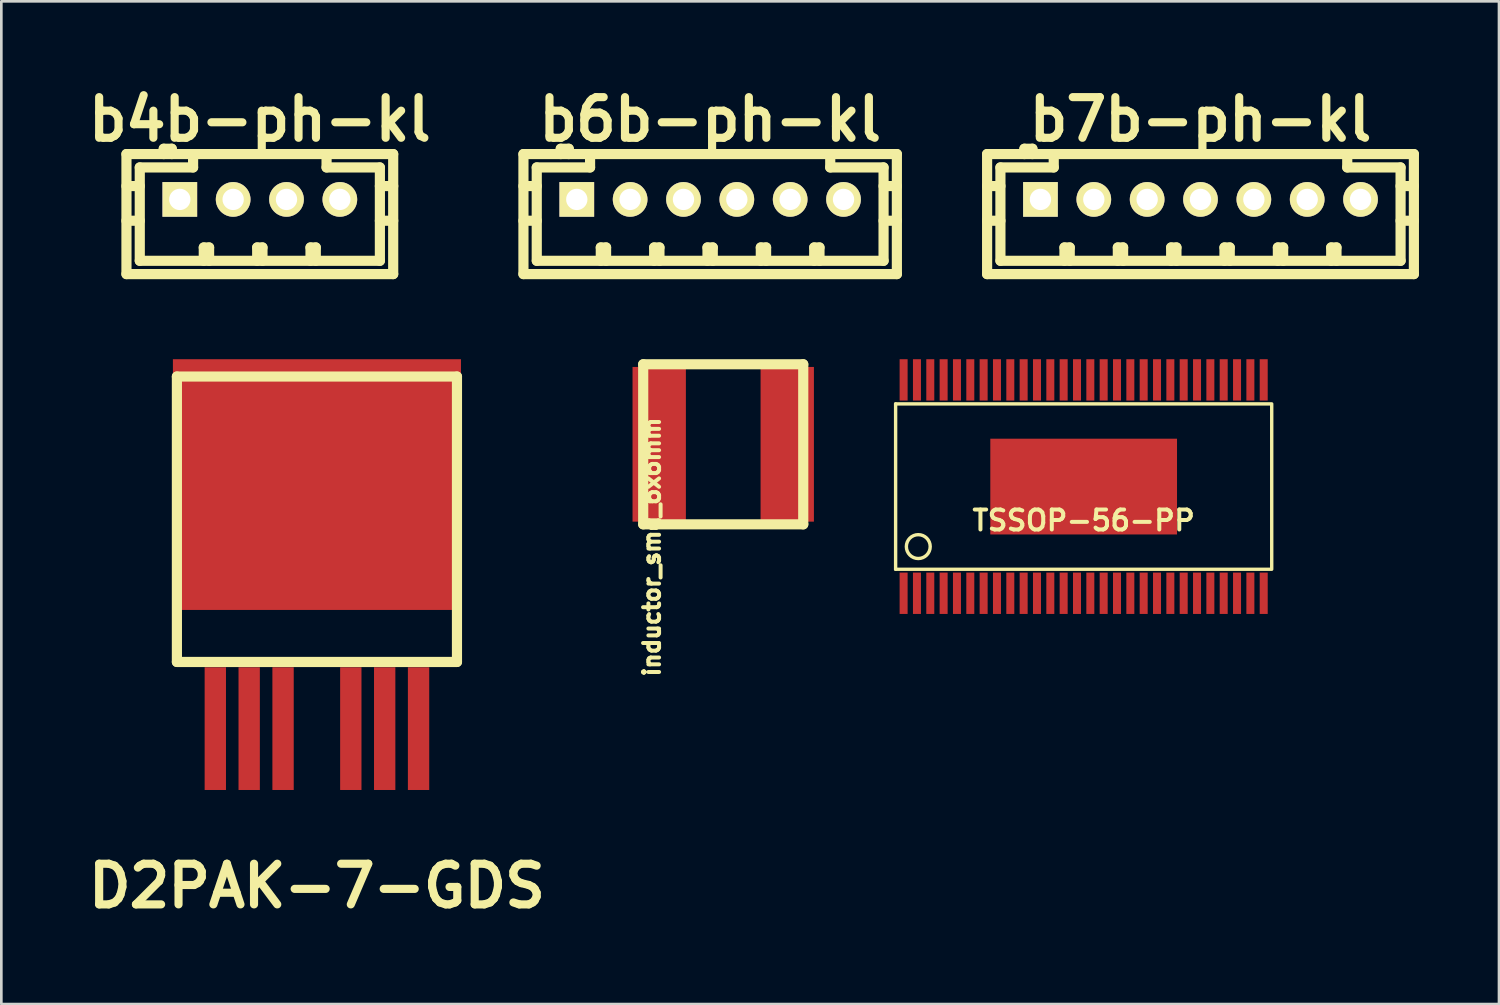
<source format=kicad_pcb>
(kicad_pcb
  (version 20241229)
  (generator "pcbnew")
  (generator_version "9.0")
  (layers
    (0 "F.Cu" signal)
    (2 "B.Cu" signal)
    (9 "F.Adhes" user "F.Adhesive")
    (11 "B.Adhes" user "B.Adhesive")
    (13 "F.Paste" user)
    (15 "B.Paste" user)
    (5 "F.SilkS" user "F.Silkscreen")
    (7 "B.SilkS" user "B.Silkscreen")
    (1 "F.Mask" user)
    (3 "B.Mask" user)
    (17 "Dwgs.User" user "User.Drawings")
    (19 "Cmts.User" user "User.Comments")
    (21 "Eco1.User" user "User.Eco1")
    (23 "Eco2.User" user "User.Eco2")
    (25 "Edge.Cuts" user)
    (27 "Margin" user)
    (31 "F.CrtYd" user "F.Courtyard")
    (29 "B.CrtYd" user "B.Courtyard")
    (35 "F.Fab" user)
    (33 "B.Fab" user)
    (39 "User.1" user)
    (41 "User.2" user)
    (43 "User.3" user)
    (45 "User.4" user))
  (footprint "D2PAK-7-GDS"
    (layer "F.Cu")
    (at 8.832 21.967)
    (property "Reference" "D2PAK-7-GDS" (at 0 8.199 0) (layer "F.SilkS") (effects (font (size 1.524 1.524) (thickness 0.305))))
    (attr smd)
    (fp_line (start -5.25 -0.2) (end -5.25 -10.9) (stroke (width 0.381) (type solid)) (layer "F.SilkS"))
    (fp_line (start 5.25 -10.9) (end -5.25 -10.9) (stroke (width 0.381) (type solid)) (layer "F.SilkS"))
    (fp_line (start 5.25 -10.9) (end 5.25 -0.2) (stroke (width 0.381) (type solid)) (layer "F.SilkS"))
    (fp_line (start 5.25 -0.2) (end -5.25 -0.2) (stroke (width 0.381) (type solid)) (layer "F.SilkS"))
    (pad "D" smd rect (at 0 -6.85) (size 10.8 9.4) (layers "F.Cu" "F.Mask" "F.Paste"))
    (pad "G" smd rect (at -3.81 2.3) (size 0.8 4.6) (layers "F.Cu" "F.Mask" "F.Paste"))
    (pad "S" smd rect (at -2.54 2.3) (size 0.8 4.6) (layers "F.Cu" "F.Mask" "F.Paste"))
    (pad "S" smd rect (at -1.27 2.3) (size 0.8 4.6) (layers "F.Cu" "F.Mask" "F.Paste"))
    (pad "S" smd rect (at 1.27 2.3) (size 0.8 4.6) (layers "F.Cu" "F.Mask" "F.Paste"))
    (pad "S" smd rect (at 2.54 2.3) (size 0.8 4.6) (layers "F.Cu" "F.Mask" "F.Paste"))
    (pad "S" smd rect (at 3.81 2.3) (size 0.8 4.6) (layers "F.Cu" "F.Mask" "F.Paste")))
  (footprint "b6b-ph-kl"
    (layer "F.Cu")
    (at 23.574 4.426)
    (property "Reference" "b6b-ph-kl" (at 0 -3 0) (layer "F.SilkS") (effects (font (size 1.524 1.524) (thickness 0.305))))
    (attr through_hole)
    (fp_line (start -7 -1.7) (end -7 2.8) (stroke (width 0.381) (type solid)) (layer "F.SilkS"))
    (fp_line (start -7 -1.7) (end 7 -1.7) (stroke (width 0.381) (type solid)) (layer "F.SilkS"))
    (fp_line (start -7 2.8) (end 7 2.8) (stroke (width 0.381) (type solid)) (layer "F.SilkS"))
    (fp_line (start -6.501 -1.199) (end -6.501 2.301) (stroke (width 0.381) (type solid)) (layer "F.SilkS"))
    (fp_line (start -6.501 -0.5) (end -7.001 -0.5) (stroke (width 0.381) (type solid)) (layer "F.SilkS"))
    (fp_line (start -6.501 0.8) (end -7.001 0.8) (stroke (width 0.381) (type solid)) (layer "F.SilkS"))
    (fp_line (start -5.601 -1.9) (end -5.601 -1.699) (stroke (width 0.381) (type solid)) (layer "F.SilkS"))
    (fp_line (start -5.302 -1.9) (end -5.601 -1.9) (stroke (width 0.381) (type solid)) (layer "F.SilkS"))
    (fp_line (start -5.302 -1.699) (end -5.302 -1.9) (stroke (width 0.381) (type solid)) (layer "F.SilkS"))
    (fp_line (start -4.502 -1.699) (end -4.502 -1.199) (stroke (width 0.381) (type solid)) (layer "F.SilkS"))
    (fp_line (start -4.502 -1.199) (end -6.501 -1.199) (stroke (width 0.381) (type solid)) (layer "F.SilkS"))
    (fp_line (start -4.1 1.801) (end -3.902 1.801) (stroke (width 0.381) (type solid)) (layer "F.SilkS"))
    (fp_line (start -4.1 2.301) (end -4.1 1.801) (stroke (width 0.381) (type solid)) (layer "F.SilkS"))
    (fp_line (start -3.902 1.801) (end -3.902 2.301) (stroke (width 0.381) (type solid)) (layer "F.SilkS"))
    (fp_line (start -2.099 1.801) (end -1.901 1.801) (stroke (width 0.381) (type solid)) (layer "F.SilkS"))
    (fp_line (start -2.099 2.301) (end -2.099 1.801) (stroke (width 0.381) (type solid)) (layer "F.SilkS"))
    (fp_line (start -1.901 1.801) (end -1.901 2.301) (stroke (width 0.381) (type solid)) (layer "F.SilkS"))
    (fp_line (start -0.1 1.801) (end 0.098 1.801) (stroke (width 0.381) (type solid)) (layer "F.SilkS"))
    (fp_line (start -0.1 2.301) (end -0.1 1.801) (stroke (width 0.381) (type solid)) (layer "F.SilkS"))
    (fp_line (start 0.098 1.801) (end 0.098 2.301) (stroke (width 0.381) (type solid)) (layer "F.SilkS"))
    (fp_line (start 1.899 1.801) (end 2.097 1.801) (stroke (width 0.381) (type solid)) (layer "F.SilkS"))
    (fp_line (start 1.899 2.301) (end 1.899 1.801) (stroke (width 0.381) (type solid)) (layer "F.SilkS"))
    (fp_line (start 2.097 1.801) (end 2.097 2.301) (stroke (width 0.381) (type solid)) (layer "F.SilkS"))
    (fp_line (start 3.901 1.801) (end 4.099 1.801) (stroke (width 0.381) (type solid)) (layer "F.SilkS"))
    (fp_line (start 3.901 2.301) (end 3.901 1.801) (stroke (width 0.381) (type solid)) (layer "F.SilkS"))
    (fp_line (start 4.099 1.801) (end 4.099 2.301) (stroke (width 0.381) (type solid)) (layer "F.SilkS"))
    (fp_line (start 4.502 -1.199) (end 4.502 -1.699) (stroke (width 0.381) (type solid)) (layer "F.SilkS"))
    (fp_line (start 6.501 -1.199) (end 4.502 -1.199) (stroke (width 0.381) (type solid)) (layer "F.SilkS"))
    (fp_line (start 6.501 0.8) (end 7.001 0.8) (stroke (width 0.381) (type solid)) (layer "F.SilkS"))
    (fp_line (start 6.501 2.301) (end 6.501 -1.199) (stroke (width 0.381) (type solid)) (layer "F.SilkS"))
    (fp_line (start 6.503 2.301) (end -6.498 2.301) (stroke (width 0.381) (type solid)) (layer "F.SilkS"))
    (fp_line (start 7 -1.7) (end 7 2.8) (stroke (width 0.381) (type solid)) (layer "F.SilkS"))
    (fp_line (start 7.001 -0.5) (end 6.501 -0.5) (stroke (width 0.381) (type solid)) (layer "F.SilkS"))
    (pad "1" thru_hole rect (at -5 0) (size 1.3 1.3) (drill 0.8) (layers "*.Cu" "*.Mask" "F.SilkS"))
    (pad "2" thru_hole circle (at -3 0) (size 1.3 1.3) (drill 0.8) (layers "*.Cu" "*.Mask" "F.SilkS"))
    (pad "3" thru_hole circle (at -1 0) (size 1.3 1.3) (drill 0.8) (layers "*.Cu" "*.Mask" "F.SilkS"))
    (pad "4" thru_hole circle (at 1 0) (size 1.3 1.3) (drill 0.8) (layers "*.Cu" "*.Mask" "F.SilkS"))
    (pad "5" thru_hole circle (at 3 0) (size 1.3 1.3) (drill 0.8) (layers "*.Cu" "*.Mask" "F.SilkS"))
    (pad "6" thru_hole circle (at 5 0) (size 1.3 1.3) (drill 0.8) (layers "*.Cu" "*.Mask" "F.SilkS")))
  (footprint "b7b-ph-kl"
    (layer "F.Cu")
    (at 41.957 4.426)
    (property "Reference" "b7b-ph-kl" (at 0 -3 0) (layer "F.SilkS") (effects (font (size 1.524 1.524) (thickness 0.305))))
    (attr through_hole)
    (fp_line (start -8 -1.7) (end -8 2.8) (stroke (width 0.381) (type solid)) (layer "F.SilkS"))
    (fp_line (start -8 -1.7) (end 8 -1.7) (stroke (width 0.381) (type solid)) (layer "F.SilkS"))
    (fp_line (start -8 2.8) (end 8 2.8) (stroke (width 0.381) (type solid)) (layer "F.SilkS"))
    (fp_line (start -7.501 -1.199) (end -7.501 2.301) (stroke (width 0.381) (type solid)) (layer "F.SilkS"))
    (fp_line (start -7.501 -0.5) (end -8.001 -0.5) (stroke (width 0.381) (type solid)) (layer "F.SilkS"))
    (fp_line (start -7.501 0.8) (end -8.001 0.8) (stroke (width 0.381) (type solid)) (layer "F.SilkS"))
    (fp_line (start -6.601 -1.9) (end -6.601 -1.699) (stroke (width 0.381) (type solid)) (layer "F.SilkS"))
    (fp_line (start -6.302 -1.9) (end -6.601 -1.9) (stroke (width 0.381) (type solid)) (layer "F.SilkS"))
    (fp_line (start -6.302 -1.699) (end -6.302 -1.9) (stroke (width 0.381) (type solid)) (layer "F.SilkS"))
    (fp_line (start -5.502 -1.699) (end -5.502 -1.199) (stroke (width 0.381) (type solid)) (layer "F.SilkS"))
    (fp_line (start -5.502 -1.199) (end -7.501 -1.199) (stroke (width 0.381) (type solid)) (layer "F.SilkS"))
    (fp_line (start -5.1 1.801) (end -4.902 1.801) (stroke (width 0.381) (type solid)) (layer "F.SilkS"))
    (fp_line (start -5.1 2.301) (end -5.1 1.801) (stroke (width 0.381) (type solid)) (layer "F.SilkS"))
    (fp_line (start -4.902 1.801) (end -4.902 2.301) (stroke (width 0.381) (type solid)) (layer "F.SilkS"))
    (fp_line (start -3.099 1.801) (end -2.901 1.801) (stroke (width 0.381) (type solid)) (layer "F.SilkS"))
    (fp_line (start -3.099 2.301) (end -3.099 1.801) (stroke (width 0.381) (type solid)) (layer "F.SilkS"))
    (fp_line (start -2.901 1.801) (end -2.901 2.301) (stroke (width 0.381) (type solid)) (layer "F.SilkS"))
    (fp_line (start -1.1 1.801) (end -0.902 1.801) (stroke (width 0.381) (type solid)) (layer "F.SilkS"))
    (fp_line (start -1.1 2.301) (end -1.1 1.801) (stroke (width 0.381) (type solid)) (layer "F.SilkS"))
    (fp_line (start -0.902 1.801) (end -0.902 2.301) (stroke (width 0.381) (type solid)) (layer "F.SilkS"))
    (fp_line (start 0.899 1.801) (end 1.097 1.801) (stroke (width 0.381) (type solid)) (layer "F.SilkS"))
    (fp_line (start 0.899 2.301) (end 0.899 1.801) (stroke (width 0.381) (type solid)) (layer "F.SilkS"))
    (fp_line (start 1.097 1.801) (end 1.097 2.301) (stroke (width 0.381) (type solid)) (layer "F.SilkS"))
    (fp_line (start 2.901 1.801) (end 3.099 1.801) (stroke (width 0.381) (type solid)) (layer "F.SilkS"))
    (fp_line (start 2.901 2.301) (end 2.901 1.801) (stroke (width 0.381) (type solid)) (layer "F.SilkS"))
    (fp_line (start 3.099 1.801) (end 3.099 2.301) (stroke (width 0.381) (type solid)) (layer "F.SilkS"))
    (fp_line (start 4.9 1.801) (end 5.098 1.801) (stroke (width 0.381) (type solid)) (layer "F.SilkS"))
    (fp_line (start 4.9 2.301) (end 4.9 1.801) (stroke (width 0.381) (type solid)) (layer "F.SilkS"))
    (fp_line (start 5.098 1.801) (end 5.098 2.301) (stroke (width 0.381) (type solid)) (layer "F.SilkS"))
    (fp_line (start 5.502 -1.199) (end 5.502 -1.699) (stroke (width 0.381) (type solid)) (layer "F.SilkS"))
    (fp_line (start 7.501 -1.199) (end 5.502 -1.199) (stroke (width 0.381) (type solid)) (layer "F.SilkS"))
    (fp_line (start 7.501 0.8) (end 8.001 0.8) (stroke (width 0.381) (type solid)) (layer "F.SilkS"))
    (fp_line (start 7.501 2.301) (end 7.501 -1.199) (stroke (width 0.381) (type solid)) (layer "F.SilkS"))
    (fp_line (start 7.503 2.301) (end -7.498 2.301) (stroke (width 0.381) (type solid)) (layer "F.SilkS"))
    (fp_line (start 8 -1.7) (end 8 2.8) (stroke (width 0.381) (type solid)) (layer "F.SilkS"))
    (fp_line (start 8.001 -0.5) (end 7.501 -0.5) (stroke (width 0.381) (type solid)) (layer "F.SilkS"))
    (pad "1" thru_hole rect (at -6 0) (size 1.3 1.3) (drill 0.8) (layers "*.Cu" "*.Mask" "F.SilkS"))
    (pad "2" thru_hole circle (at -4 0) (size 1.3 1.3) (drill 0.8) (layers "*.Cu" "*.Mask" "F.SilkS"))
    (pad "3" thru_hole circle (at -2 0) (size 1.3 1.3) (drill 0.8) (layers "*.Cu" "*.Mask" "F.SilkS"))
    (pad "4" thru_hole circle (at 0 0) (size 1.3 1.3) (drill 0.8) (layers "*.Cu" "*.Mask" "F.SilkS"))
    (pad "5" thru_hole circle (at 2 0) (size 1.3 1.3) (drill 0.8) (layers "*.Cu" "*.Mask" "F.SilkS"))
    (pad "6" thru_hole circle (at 4 0) (size 1.3 1.3) (drill 0.8) (layers "*.Cu" "*.Mask" "F.SilkS"))
    (pad "7" thru_hole circle (at 6 0) (size 1.3 1.3) (drill 0.8) (layers "*.Cu" "*.Mask" "F.SilkS")))
  (footprint "inductor_smd_6x6mm"
    (layer "F.Cu")
    (at 24.064 13.607)
    (property "Reference" "inductor_smd_6x6mm" (at -2.675 3.85 90) (layer "F.SilkS") (effects (font (size 0.6 0.6) (thickness 0.15))))
    (attr smd)
    (fp_line (start -3 -3) (end -3 3) (stroke (width 0.381) (type solid)) (layer "F.SilkS"))
    (fp_line (start -3 -3) (end 3 -3) (stroke (width 0.381) (type solid)) (layer "F.SilkS"))
    (fp_line (start -3 3) (end 3 3) (stroke (width 0.381) (type solid)) (layer "F.SilkS"))
    (fp_line (start 3 3) (end 3 -3) (stroke (width 0.381) (type solid)) (layer "F.SilkS"))
    (pad "1" smd rect (at -2.4 0) (size 2 5.8) (layers "F.Cu" "F.Mask" "F.Paste"))
    (pad "2" smd rect (at 2.4 0) (size 2 5.8) (layers "F.Cu" "F.Mask" "F.Paste")))
  (footprint "TSSOP-56-PP"
    (layer "F.Cu")
    (at 37.577 15.192)
    (property "Reference" "TSSOP-56-PP" (at 0 1.27 0) (layer "F.SilkS") (effects (font (size 0.749 0.749) (thickness 0.15))))
    (attr smd)
    (fp_line (start -7.05 3.1) (end -7.05 -3.1) (stroke (width 0.127) (type solid)) (layer "F.SilkS"))
    (fp_line (start -7.05 3.1) (end 7.05 3.1) (stroke (width 0.127) (type solid)) (layer "F.SilkS"))
    (fp_line (start 7.05 -3.1) (end -7.05 -3.1) (stroke (width 0.127) (type solid)) (layer "F.SilkS"))
    (fp_line (start 7.05 -3.05) (end 7.05 3.05) (stroke (width 0.127) (type solid)) (layer "F.SilkS"))
    (fp_circle (center -6.2 2.25) (end -6.4 2.65) (stroke (width 0.127) (type solid)) (fill no) (layer "F.SilkS"))
    (pad "1" smd rect (at -6.75 4) (size 0.3 1.55) (layers "F.Cu" "F.Mask" "F.Paste"))
    (pad "2" smd rect (at -6.25 4) (size 0.3 1.55) (layers "F.Cu" "F.Mask" "F.Paste"))
    (pad "3" smd rect (at -5.75 4) (size 0.3 1.55) (layers "F.Cu" "F.Mask" "F.Paste"))
    (pad "4" smd rect (at -5.25 4) (size 0.3 1.55) (layers "F.Cu" "F.Mask" "F.Paste"))
    (pad "5" smd rect (at -4.75 4) (size 0.3 1.55) (layers "F.Cu" "F.Mask" "F.Paste"))
    (pad "6" smd rect (at -4.25 4) (size 0.3 1.55) (layers "F.Cu" "F.Mask" "F.Paste"))
    (pad "7" smd rect (at -3.75 4) (size 0.3 1.55) (layers "F.Cu" "F.Mask" "F.Paste"))
    (pad "8" smd rect (at -3.25 4) (size 0.3 1.55) (layers "F.Cu" "F.Mask" "F.Paste"))
    (pad "9" smd rect (at -2.75 4) (size 0.3 1.55) (layers "F.Cu" "F.Mask" "F.Paste"))
    (pad "10" smd rect (at -2.25 4) (size 0.3 1.55) (layers "F.Cu" "F.Mask" "F.Paste"))
    (pad "11" smd rect (at -1.75 4) (size 0.3 1.55) (layers "F.Cu" "F.Mask" "F.Paste"))
    (pad "12" smd rect (at -1.25 4) (size 0.3 1.55) (layers "F.Cu" "F.Mask" "F.Paste"))
    (pad "13" smd rect (at -0.75 4) (size 0.3 1.55) (layers "F.Cu" "F.Mask" "F.Paste"))
    (pad "14" smd rect (at -0.25 4) (size 0.3 1.55) (layers "F.Cu" "F.Mask" "F.Paste"))
    (pad "15" smd rect (at 0.25 4) (size 0.3 1.55) (layers "F.Cu" "F.Mask" "F.Paste"))
    (pad "16" smd rect (at 0.75 4) (size 0.3 1.55) (layers "F.Cu" "F.Mask" "F.Paste"))
    (pad "17" smd rect (at 1.25 4) (size 0.3 1.55) (layers "F.Cu" "F.Mask" "F.Paste"))
    (pad "18" smd rect (at 1.75 4) (size 0.3 1.55) (layers "F.Cu" "F.Mask" "F.Paste"))
    (pad "19" smd rect (at 2.25 4) (size 0.3 1.55) (layers "F.Cu" "F.Mask" "F.Paste"))
    (pad "20" smd rect (at 2.75 4) (size 0.3 1.55) (layers "F.Cu" "F.Mask" "F.Paste"))
    (pad "21" smd rect (at 3.25 4) (size 0.3 1.55) (layers "F.Cu" "F.Mask" "F.Paste"))
    (pad "22" smd rect (at 3.75 4) (size 0.3 1.55) (layers "F.Cu" "F.Mask" "F.Paste"))
    (pad "23" smd rect (at 4.25 4) (size 0.3 1.55) (layers "F.Cu" "F.Mask" "F.Paste"))
    (pad "24" smd rect (at 4.75 4) (size 0.3 1.55) (layers "F.Cu" "F.Mask" "F.Paste"))
    (pad "25" smd rect (at 5.25 4) (size 0.3 1.55) (layers "F.Cu" "F.Mask" "F.Paste"))
    (pad "26" smd rect (at 5.75 4) (size 0.3 1.55) (layers "F.Cu" "F.Mask" "F.Paste"))
    (pad "27" smd rect (at 6.25 4) (size 0.3 1.55) (layers "F.Cu" "F.Mask" "F.Paste"))
    (pad "28" smd rect (at 6.75 4) (size 0.3 1.55) (layers "F.Cu" "F.Mask" "F.Paste"))
    (pad "29" smd rect (at 6.75 -4) (size 0.3 1.55) (layers "F.Cu" "F.Mask" "F.Paste"))
    (pad "30" smd rect (at 6.25 -4) (size 0.3 1.55) (layers "F.Cu" "F.Mask" "F.Paste"))
    (pad "31" smd rect (at 5.75 -4) (size 0.3 1.55) (layers "F.Cu" "F.Mask" "F.Paste"))
    (pad "32" smd rect (at 5.25 -4) (size 0.3 1.55) (layers "F.Cu" "F.Mask" "F.Paste"))
    (pad "33" smd rect (at 4.75 -4) (size 0.3 1.55) (layers "F.Cu" "F.Mask" "F.Paste"))
    (pad "34" smd rect (at 4.25 -4) (size 0.3 1.55) (layers "F.Cu" "F.Mask" "F.Paste"))
    (pad "35" smd rect (at 3.75 -4) (size 0.3 1.55) (layers "F.Cu" "F.Mask" "F.Paste"))
    (pad "36" smd rect (at 3.25 -4) (size 0.3 1.55) (layers "F.Cu" "F.Mask" "F.Paste"))
    (pad "37" smd rect (at 2.75 -4) (size 0.3 1.55) (layers "F.Cu" "F.Mask" "F.Paste"))
    (pad "38" smd rect (at 2.25 -4) (size 0.3 1.55) (layers "F.Cu" "F.Mask" "F.Paste"))
    (pad "39" smd rect (at 1.75 -4) (size 0.3 1.55) (layers "F.Cu" "F.Mask" "F.Paste"))
    (pad "40" smd rect (at 1.25 -4) (size 0.3 1.55) (layers "F.Cu" "F.Mask" "F.Paste"))
    (pad "41" smd rect (at 0.75 -4) (size 0.3 1.55) (layers "F.Cu" "F.Mask" "F.Paste"))
    (pad "42" smd rect (at 0.25 -4) (size 0.3 1.55) (layers "F.Cu" "F.Mask" "F.Paste"))
    (pad "43" smd rect (at -0.25 -4) (size 0.3 1.55) (layers "F.Cu" "F.Mask" "F.Paste"))
    (pad "44" smd rect (at -0.75 -4) (size 0.3 1.55) (layers "F.Cu" "F.Mask" "F.Paste"))
    (pad "45" smd rect (at -1.25 -4) (size 0.3 1.55) (layers "F.Cu" "F.Mask" "F.Paste"))
    (pad "46" smd rect (at -1.75 -4) (size 0.3 1.55) (layers "F.Cu" "F.Mask" "F.Paste"))
    (pad "47" smd rect (at -2.25 -4) (size 0.3 1.55) (layers "F.Cu" "F.Mask" "F.Paste"))
    (pad "48" smd rect (at -2.75 -4) (size 0.3 1.55) (layers "F.Cu" "F.Mask" "F.Paste"))
    (pad "49" smd rect (at -3.25 -4) (size 0.3 1.55) (layers "F.Cu" "F.Mask" "F.Paste"))
    (pad "50" smd rect (at -3.75 -4) (size 0.3 1.55) (layers "F.Cu" "F.Mask" "F.Paste"))
    (pad "51" smd rect (at -4.25 -4) (size 0.3 1.55) (layers "F.Cu" "F.Mask" "F.Paste"))
    (pad "52" smd rect (at -4.75 -4) (size 0.3 1.55) (layers "F.Cu" "F.Mask" "F.Paste"))
    (pad "53" smd rect (at -5.25 -4) (size 0.3 1.55) (layers "F.Cu" "F.Mask" "F.Paste"))
    (pad "54" smd rect (at -5.75 -4) (size 0.3 1.55) (layers "F.Cu" "F.Mask" "F.Paste"))
    (pad "55" smd rect (at -6.25 -4) (size 0.3 1.55) (layers "F.Cu" "F.Mask" "F.Paste"))
    (pad "56" smd rect (at -6.75 -4) (size 0.3 1.55) (layers "F.Cu" "F.Mask" "F.Paste"))
    (pad "57" smd rect (at 0 0) (size 7 3.59) (layers "F.Cu" "F.Mask" "F.Paste")))
  (footprint "b4b-ph-kl"
    (layer "F.Cu")
    (at 6.691 4.426)
    (property "Reference" "b4b-ph-kl" (at 0 -3 0) (layer "F.SilkS") (effects (font (size 1.524 1.524) (thickness 0.305))))
    (attr through_hole)
    (fp_line (start -5 -1.7) (end -5 2.8) (stroke (width 0.381) (type solid)) (layer "F.SilkS"))
    (fp_line (start -5 -1.7) (end 5 -1.7) (stroke (width 0.381) (type solid)) (layer "F.SilkS"))
    (fp_line (start -5 2.8) (end 5 2.8) (stroke (width 0.381) (type solid)) (layer "F.SilkS"))
    (fp_line (start -4.501 -1.199) (end -4.501 2.301) (stroke (width 0.381) (type solid)) (layer "F.SilkS"))
    (fp_line (start -4.501 -0.5) (end -5.001 -0.5) (stroke (width 0.381) (type solid)) (layer "F.SilkS"))
    (fp_line (start -4.501 0.8) (end -5.001 0.8) (stroke (width 0.381) (type solid)) (layer "F.SilkS"))
    (fp_line (start -3.602 -1.9) (end -3.602 -1.699) (stroke (width 0.381) (type solid)) (layer "F.SilkS"))
    (fp_line (start -3.302 -1.9) (end -3.602 -1.9) (stroke (width 0.381) (type solid)) (layer "F.SilkS"))
    (fp_line (start -3.302 -1.699) (end -3.302 -1.9) (stroke (width 0.381) (type solid)) (layer "F.SilkS"))
    (fp_line (start -2.502 -1.699) (end -2.502 -1.199) (stroke (width 0.381) (type solid)) (layer "F.SilkS"))
    (fp_line (start -2.502 -1.199) (end -4.501 -1.199) (stroke (width 0.381) (type solid)) (layer "F.SilkS"))
    (fp_line (start -2.101 1.801) (end -1.902 1.801) (stroke (width 0.381) (type solid)) (layer "F.SilkS"))
    (fp_line (start -2.101 2.301) (end -2.101 1.801) (stroke (width 0.381) (type solid)) (layer "F.SilkS"))
    (fp_line (start -1.902 1.801) (end -1.902 2.301) (stroke (width 0.381) (type solid)) (layer "F.SilkS"))
    (fp_line (start -0.099 1.801) (end 0.099 1.801) (stroke (width 0.381) (type solid)) (layer "F.SilkS"))
    (fp_line (start -0.099 2.301) (end -0.099 1.801) (stroke (width 0.381) (type solid)) (layer "F.SilkS"))
    (fp_line (start 0.099 1.801) (end 0.099 2.301) (stroke (width 0.381) (type solid)) (layer "F.SilkS"))
    (fp_line (start 1.9 1.801) (end 2.098 1.801) (stroke (width 0.381) (type solid)) (layer "F.SilkS"))
    (fp_line (start 1.9 2.301) (end 1.9 1.801) (stroke (width 0.381) (type solid)) (layer "F.SilkS"))
    (fp_line (start 2.098 1.801) (end 2.098 2.301) (stroke (width 0.381) (type solid)) (layer "F.SilkS"))
    (fp_line (start 2.502 -1.199) (end 2.502 -1.699) (stroke (width 0.381) (type solid)) (layer "F.SilkS"))
    (fp_line (start 4.501 -1.199) (end 2.502 -1.199) (stroke (width 0.381) (type solid)) (layer "F.SilkS"))
    (fp_line (start 4.501 0.8) (end 5.001 0.8) (stroke (width 0.381) (type solid)) (layer "F.SilkS"))
    (fp_line (start 4.501 2.301) (end -4.501 2.301) (stroke (width 0.381) (type solid)) (layer "F.SilkS"))
    (fp_line (start 4.501 2.301) (end 4.501 -1.199) (stroke (width 0.381) (type solid)) (layer "F.SilkS"))
    (fp_line (start 5 -1.7) (end 5 2.8) (stroke (width 0.381) (type solid)) (layer "F.SilkS"))
    (fp_line (start 5.001 -0.5) (end 4.501 -0.5) (stroke (width 0.381) (type solid)) (layer "F.SilkS"))
    (pad "1" thru_hole rect (at -3 0) (size 1.3 1.3) (drill 0.8) (layers "*.Cu" "*.Mask" "F.SilkS"))
    (pad "2" thru_hole circle (at -1 0) (size 1.3 1.3) (drill 0.8) (layers "*.Cu" "*.Mask" "F.SilkS"))
    (pad "3" thru_hole circle (at 1 0) (size 1.3 1.3) (drill 0.8) (layers "*.Cu" "*.Mask" "F.SilkS"))
    (pad "4" thru_hole circle (at 3 0) (size 1.3 1.3) (drill 0.8) (layers "*.Cu" "*.Mask" "F.SilkS")))
  (gr_rect
    (start -3 -3)
    (end 53.148 34.592)
    (stroke (width 0.1) (type default))
    (fill no)
    (layer "Edge.Cuts")))
</source>
